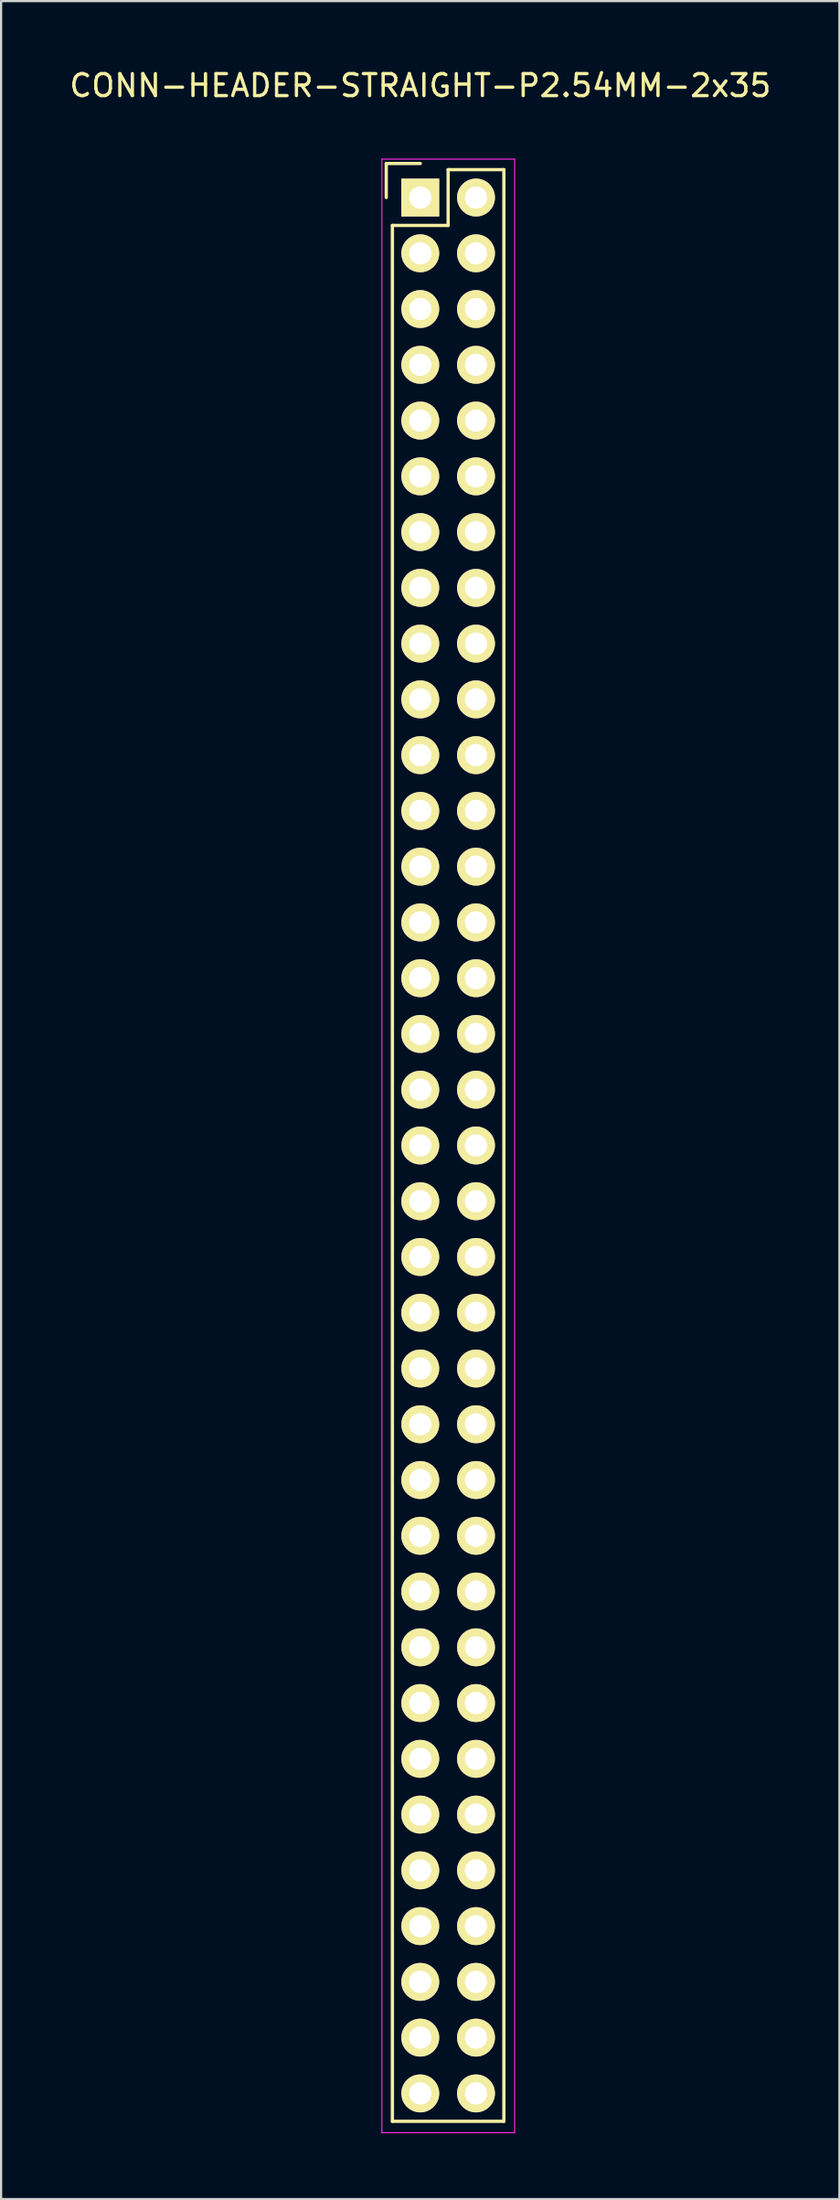
<source format=kicad_pcb>
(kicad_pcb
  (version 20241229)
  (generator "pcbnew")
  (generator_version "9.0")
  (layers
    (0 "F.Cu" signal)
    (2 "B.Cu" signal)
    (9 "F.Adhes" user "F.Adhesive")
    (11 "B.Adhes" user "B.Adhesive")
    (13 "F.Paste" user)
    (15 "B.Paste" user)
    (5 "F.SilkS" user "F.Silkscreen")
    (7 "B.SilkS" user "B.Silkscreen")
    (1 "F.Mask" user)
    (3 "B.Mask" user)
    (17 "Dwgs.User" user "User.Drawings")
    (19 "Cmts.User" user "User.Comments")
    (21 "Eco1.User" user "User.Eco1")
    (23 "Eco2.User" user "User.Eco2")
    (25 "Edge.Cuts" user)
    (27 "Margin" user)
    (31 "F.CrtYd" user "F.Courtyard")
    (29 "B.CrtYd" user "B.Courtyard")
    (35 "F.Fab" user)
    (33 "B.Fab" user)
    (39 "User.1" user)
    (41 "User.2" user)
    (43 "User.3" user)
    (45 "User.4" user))
  (footprint "CONN-HEADER-STRAIGHT-P2.54MM-2x35"
    (layer "F.Cu")
    (at 16.101 5.948)
    (property "Reference" "CONN-HEADER-STRAIGHT-P2.54MM-2x35" (at 0 -5.1 0) (layer "F.SilkS") (effects (font (size 1 1) (thickness 0.15))))
    (attr through_hole)
    (fp_line (start -1.55 -1.55) (end -1.55 0) (stroke (width 0.15) (type solid)) (layer "F.SilkS"))
    (fp_line (start -1.27 1.27) (end -1.27 87.63) (stroke (width 0.15) (type solid)) (layer "F.SilkS"))
    (fp_line (start 0 -1.55) (end -1.55 -1.55) (stroke (width 0.15) (type solid)) (layer "F.SilkS"))
    (fp_line (start 1.27 -1.27) (end 1.27 1.27) (stroke (width 0.15) (type solid)) (layer "F.SilkS"))
    (fp_line (start 1.27 1.27) (end -1.27 1.27) (stroke (width 0.15) (type solid)) (layer "F.SilkS"))
    (fp_line (start 3.81 -1.27) (end 1.27 -1.27) (stroke (width 0.15) (type solid)) (layer "F.SilkS"))
    (fp_line (start 3.81 87.63) (end -1.27 87.63) (stroke (width 0.15) (type solid)) (layer "F.SilkS"))
    (fp_line (start 3.81 87.63) (end 3.81 -1.27) (stroke (width 0.15) (type solid)) (layer "F.SilkS"))
    (fp_line (start -1.75 -1.75) (end -1.75 88.15) (stroke (width 0.05) (type solid)) (layer "F.CrtYd"))
    (fp_line (start -1.75 -1.75) (end 4.3 -1.75) (stroke (width 0.05) (type solid)) (layer "F.CrtYd"))
    (fp_line (start -1.75 88.15) (end 4.3 88.15) (stroke (width 0.05) (type solid)) (layer "F.CrtYd"))
    (fp_line (start 4.3 -1.75) (end 4.3 88.15) (stroke (width 0.05) (type solid)) (layer "F.CrtYd"))
    (pad "1" thru_hole rect (at 0 0) (size 1.727 1.727) (drill 1.016) (layers "*.Cu" "*.Mask" "F.SilkS"))
    (pad "2" thru_hole oval (at 2.54 0) (size 1.727 1.727) (drill 1.016) (layers "*.Cu" "*.Mask" "F.SilkS"))
    (pad "3" thru_hole oval (at 0 2.54) (size 1.727 1.727) (drill 1.016) (layers "*.Cu" "*.Mask" "F.SilkS"))
    (pad "4" thru_hole oval (at 2.54 2.54) (size 1.727 1.727) (drill 1.016) (layers "*.Cu" "*.Mask" "F.SilkS"))
    (pad "5" thru_hole oval (at 0 5.08) (size 1.727 1.727) (drill 1.016) (layers "*.Cu" "*.Mask" "F.SilkS"))
    (pad "6" thru_hole oval (at 2.54 5.08) (size 1.727 1.727) (drill 1.016) (layers "*.Cu" "*.Mask" "F.SilkS"))
    (pad "7" thru_hole oval (at 0 7.62) (size 1.727 1.727) (drill 1.016) (layers "*.Cu" "*.Mask" "F.SilkS"))
    (pad "8" thru_hole oval (at 2.54 7.62) (size 1.727 1.727) (drill 1.016) (layers "*.Cu" "*.Mask" "F.SilkS"))
    (pad "9" thru_hole oval (at 0 10.16) (size 1.727 1.727) (drill 1.016) (layers "*.Cu" "*.Mask" "F.SilkS"))
    (pad "10" thru_hole oval (at 2.54 10.16) (size 1.727 1.727) (drill 1.016) (layers "*.Cu" "*.Mask" "F.SilkS"))
    (pad "11" thru_hole oval (at 0 12.7) (size 1.727 1.727) (drill 1.016) (layers "*.Cu" "*.Mask" "F.SilkS"))
    (pad "12" thru_hole oval (at 2.54 12.7) (size 1.727 1.727) (drill 1.016) (layers "*.Cu" "*.Mask" "F.SilkS"))
    (pad "13" thru_hole oval (at 0 15.24) (size 1.727 1.727) (drill 1.016) (layers "*.Cu" "*.Mask" "F.SilkS"))
    (pad "14" thru_hole oval (at 2.54 15.24) (size 1.727 1.727) (drill 1.016) (layers "*.Cu" "*.Mask" "F.SilkS"))
    (pad "15" thru_hole oval (at 0 17.78) (size 1.727 1.727) (drill 1.016) (layers "*.Cu" "*.Mask" "F.SilkS"))
    (pad "16" thru_hole oval (at 2.54 17.78) (size 1.727 1.727) (drill 1.016) (layers "*.Cu" "*.Mask" "F.SilkS"))
    (pad "17" thru_hole oval (at 0 20.32) (size 1.727 1.727) (drill 1.016) (layers "*.Cu" "*.Mask" "F.SilkS"))
    (pad "18" thru_hole oval (at 2.54 20.32) (size 1.727 1.727) (drill 1.016) (layers "*.Cu" "*.Mask" "F.SilkS"))
    (pad "19" thru_hole oval (at 0 22.86) (size 1.727 1.727) (drill 1.016) (layers "*.Cu" "*.Mask" "F.SilkS"))
    (pad "20" thru_hole oval (at 2.54 22.86) (size 1.727 1.727) (drill 1.016) (layers "*.Cu" "*.Mask" "F.SilkS"))
    (pad "21" thru_hole oval (at 0 25.4) (size 1.727 1.727) (drill 1.016) (layers "*.Cu" "*.Mask" "F.SilkS"))
    (pad "22" thru_hole oval (at 2.54 25.4) (size 1.727 1.727) (drill 1.016) (layers "*.Cu" "*.Mask" "F.SilkS"))
    (pad "23" thru_hole oval (at 0 27.94) (size 1.727 1.727) (drill 1.016) (layers "*.Cu" "*.Mask" "F.SilkS"))
    (pad "24" thru_hole oval (at 2.54 27.94) (size 1.727 1.727) (drill 1.016) (layers "*.Cu" "*.Mask" "F.SilkS"))
    (pad "25" thru_hole oval (at 0 30.48) (size 1.727 1.727) (drill 1.016) (layers "*.Cu" "*.Mask" "F.SilkS"))
    (pad "26" thru_hole oval (at 2.54 30.48) (size 1.727 1.727) (drill 1.016) (layers "*.Cu" "*.Mask" "F.SilkS"))
    (pad "27" thru_hole oval (at 0 33.02) (size 1.727 1.727) (drill 1.016) (layers "*.Cu" "*.Mask" "F.SilkS"))
    (pad "28" thru_hole oval (at 2.54 33.02) (size 1.727 1.727) (drill 1.016) (layers "*.Cu" "*.Mask" "F.SilkS"))
    (pad "29" thru_hole oval (at 0 35.56) (size 1.727 1.727) (drill 1.016) (layers "*.Cu" "*.Mask" "F.SilkS"))
    (pad "30" thru_hole oval (at 2.54 35.56) (size 1.727 1.727) (drill 1.016) (layers "*.Cu" "*.Mask" "F.SilkS"))
    (pad "31" thru_hole oval (at 0 38.1) (size 1.727 1.727) (drill 1.016) (layers "*.Cu" "*.Mask" "F.SilkS"))
    (pad "32" thru_hole oval (at 2.54 38.1) (size 1.727 1.727) (drill 1.016) (layers "*.Cu" "*.Mask" "F.SilkS"))
    (pad "33" thru_hole oval (at 0 40.64) (size 1.727 1.727) (drill 1.016) (layers "*.Cu" "*.Mask" "F.SilkS"))
    (pad "34" thru_hole oval (at 2.54 40.64) (size 1.727 1.727) (drill 1.016) (layers "*.Cu" "*.Mask" "F.SilkS"))
    (pad "35" thru_hole oval (at 0 43.18) (size 1.727 1.727) (drill 1.016) (layers "*.Cu" "*.Mask" "F.SilkS"))
    (pad "36" thru_hole oval (at 2.54 43.18) (size 1.727 1.727) (drill 1.016) (layers "*.Cu" "*.Mask" "F.SilkS"))
    (pad "37" thru_hole oval (at 0 45.72) (size 1.727 1.727) (drill 1.016) (layers "*.Cu" "*.Mask" "F.SilkS"))
    (pad "38" thru_hole oval (at 2.54 45.72) (size 1.727 1.727) (drill 1.016) (layers "*.Cu" "*.Mask" "F.SilkS"))
    (pad "39" thru_hole oval (at 0 48.26) (size 1.727 1.727) (drill 1.016) (layers "*.Cu" "*.Mask" "F.SilkS"))
    (pad "40" thru_hole oval (at 2.54 48.26) (size 1.727 1.727) (drill 1.016) (layers "*.Cu" "*.Mask" "F.SilkS"))
    (pad "41" thru_hole oval (at 0 50.8) (size 1.727 1.727) (drill 1.016) (layers "*.Cu" "*.Mask" "F.SilkS"))
    (pad "42" thru_hole oval (at 2.54 50.8) (size 1.727 1.727) (drill 1.016) (layers "*.Cu" "*.Mask" "F.SilkS"))
    (pad "43" thru_hole oval (at 0 53.34) (size 1.727 1.727) (drill 1.016) (layers "*.Cu" "*.Mask" "F.SilkS"))
    (pad "44" thru_hole oval (at 2.54 53.34) (size 1.727 1.727) (drill 1.016) (layers "*.Cu" "*.Mask" "F.SilkS"))
    (pad "45" thru_hole oval (at 0 55.88) (size 1.727 1.727) (drill 1.016) (layers "*.Cu" "*.Mask" "F.SilkS"))
    (pad "46" thru_hole oval (at 2.54 55.88) (size 1.727 1.727) (drill 1.016) (layers "*.Cu" "*.Mask" "F.SilkS"))
    (pad "47" thru_hole oval (at 0 58.42) (size 1.727 1.727) (drill 1.016) (layers "*.Cu" "*.Mask" "F.SilkS"))
    (pad "48" thru_hole oval (at 2.54 58.42) (size 1.727 1.727) (drill 1.016) (layers "*.Cu" "*.Mask" "F.SilkS"))
    (pad "49" thru_hole oval (at 0 60.96) (size 1.727 1.727) (drill 1.016) (layers "*.Cu" "*.Mask" "F.SilkS"))
    (pad "50" thru_hole oval (at 2.54 60.96) (size 1.727 1.727) (drill 1.016) (layers "*.Cu" "*.Mask" "F.SilkS"))
    (pad "51" thru_hole oval (at 0 63.5) (size 1.727 1.727) (drill 1.016) (layers "*.Cu" "*.Mask" "F.SilkS"))
    (pad "52" thru_hole oval (at 2.54 63.5) (size 1.727 1.727) (drill 1.016) (layers "*.Cu" "*.Mask" "F.SilkS"))
    (pad "53" thru_hole oval (at 0 66.04) (size 1.727 1.727) (drill 1.016) (layers "*.Cu" "*.Mask" "F.SilkS"))
    (pad "54" thru_hole oval (at 2.54 66.04) (size 1.727 1.727) (drill 1.016) (layers "*.Cu" "*.Mask" "F.SilkS"))
    (pad "55" thru_hole oval (at 0 68.58) (size 1.727 1.727) (drill 1.016) (layers "*.Cu" "*.Mask" "F.SilkS"))
    (pad "56" thru_hole oval (at 2.54 68.58) (size 1.727 1.727) (drill 1.016) (layers "*.Cu" "*.Mask" "F.SilkS"))
    (pad "57" thru_hole oval (at 0 71.12) (size 1.727 1.727) (drill 1.016) (layers "*.Cu" "*.Mask" "F.SilkS"))
    (pad "58" thru_hole oval (at 2.54 71.12) (size 1.727 1.727) (drill 1.016) (layers "*.Cu" "*.Mask" "F.SilkS"))
    (pad "59" thru_hole oval (at 0 73.66) (size 1.727 1.727) (drill 1.016) (layers "*.Cu" "*.Mask" "F.SilkS"))
    (pad "60" thru_hole oval (at 2.54 73.66) (size 1.727 1.727) (drill 1.016) (layers "*.Cu" "*.Mask" "F.SilkS"))
    (pad "61" thru_hole oval (at 0 76.2) (size 1.727 1.727) (drill 1.016) (layers "*.Cu" "*.Mask" "F.SilkS"))
    (pad "62" thru_hole oval (at 2.54 76.2) (size 1.727 1.727) (drill 1.016) (layers "*.Cu" "*.Mask" "F.SilkS"))
    (pad "63" thru_hole oval (at 0 78.74) (size 1.727 1.727) (drill 1.016) (layers "*.Cu" "*.Mask" "F.SilkS"))
    (pad "64" thru_hole oval (at 2.54 78.74) (size 1.727 1.727) (drill 1.016) (layers "*.Cu" "*.Mask" "F.SilkS"))
    (pad "65" thru_hole oval (at 0 81.28) (size 1.727 1.727) (drill 1.016) (layers "*.Cu" "*.Mask" "F.SilkS"))
    (pad "66" thru_hole oval (at 2.54 81.28) (size 1.727 1.727) (drill 1.016) (layers "*.Cu" "*.Mask" "F.SilkS"))
    (pad "67" thru_hole oval (at 0 83.82) (size 1.727 1.727) (drill 1.016) (layers "*.Cu" "*.Mask" "F.SilkS"))
    (pad "68" thru_hole oval (at 2.54 83.82) (size 1.727 1.727) (drill 1.016) (layers "*.Cu" "*.Mask" "F.SilkS"))
    (pad "69" thru_hole oval (at 0 86.36) (size 1.727 1.727) (drill 1.016) (layers "*.Cu" "*.Mask" "F.SilkS"))
    (pad "70" thru_hole oval (at 2.54 86.36) (size 1.727 1.727) (drill 1.016) (layers "*.Cu" "*.Mask" "F.SilkS")))
  (gr_rect
    (start -3 -3)
    (end 35.202 97.123)
    (stroke (width 0.1) (type default))
    (fill no)
    (layer "Edge.Cuts")))
</source>
